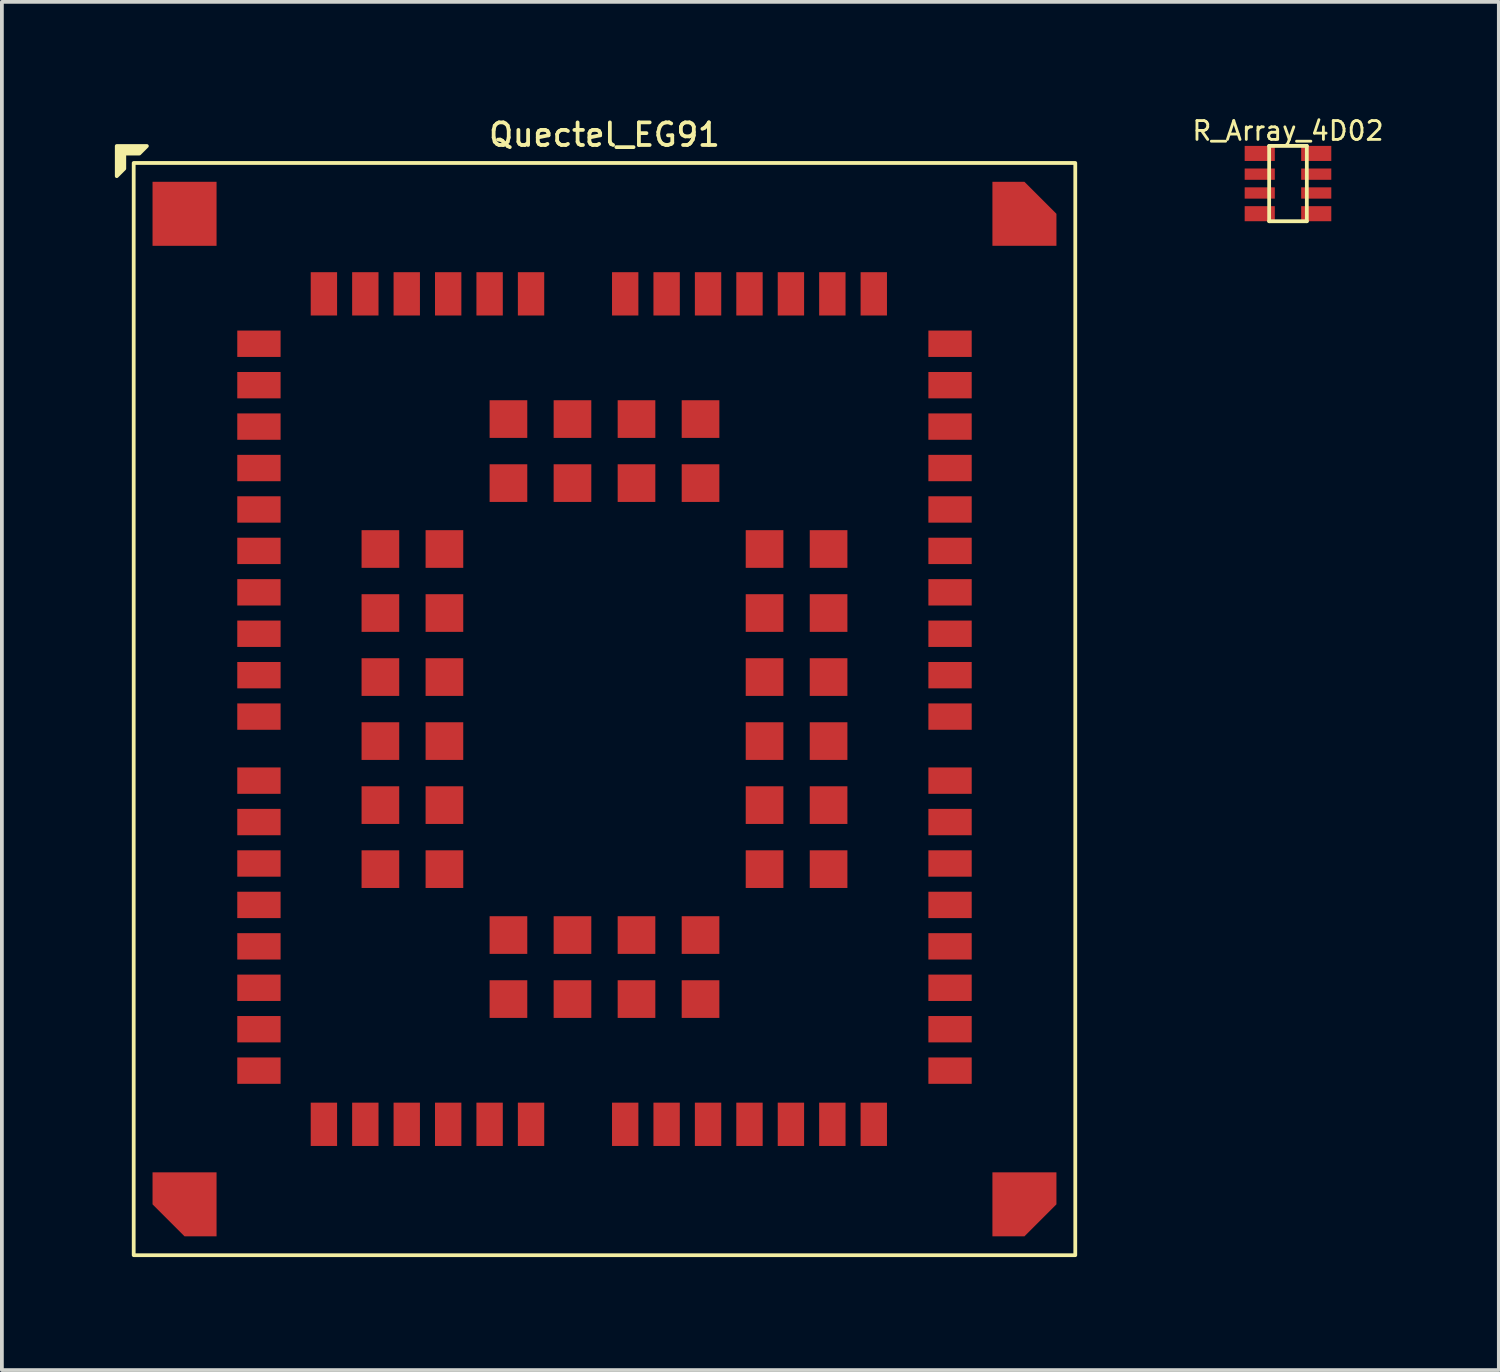
<source format=kicad_pcb>
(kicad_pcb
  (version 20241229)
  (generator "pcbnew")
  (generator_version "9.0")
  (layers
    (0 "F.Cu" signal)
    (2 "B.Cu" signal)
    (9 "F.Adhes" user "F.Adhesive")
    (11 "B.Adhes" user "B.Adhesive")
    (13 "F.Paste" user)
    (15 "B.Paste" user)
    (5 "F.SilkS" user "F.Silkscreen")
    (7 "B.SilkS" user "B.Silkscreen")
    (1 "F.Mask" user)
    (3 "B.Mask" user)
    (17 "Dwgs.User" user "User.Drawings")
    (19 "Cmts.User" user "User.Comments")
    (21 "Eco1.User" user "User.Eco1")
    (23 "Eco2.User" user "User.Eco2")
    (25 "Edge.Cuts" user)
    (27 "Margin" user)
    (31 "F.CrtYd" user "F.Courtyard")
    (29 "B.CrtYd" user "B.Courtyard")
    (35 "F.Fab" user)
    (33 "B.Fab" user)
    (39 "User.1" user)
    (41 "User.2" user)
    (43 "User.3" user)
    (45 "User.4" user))
  (footprint "R_Array_4D02"
    (layer "F.Cu")
    (at 31.148 1.824)
    (property "Reference" "R_Array_4D02" (at 0 -1.4 0) (layer "F.SilkS") (effects (font (size 0.5 0.5) (thickness 0.075))))
    (attr smd)
    (fp_line (start -0.5 -1) (end -0.5 1) (stroke (width 0.1) (type solid)) (layer "F.SilkS"))
    (fp_line (start -0.5 1) (end 0.5 1) (stroke (width 0.1) (type solid)) (layer "F.SilkS"))
    (fp_line (start 0.5 -1) (end -0.5 -1) (stroke (width 0.1) (type solid)) (layer "F.SilkS"))
    (fp_line (start 0.5 1) (end 0.5 -1) (stroke (width 0.1) (type solid)) (layer "F.SilkS"))
    (pad "1" smd rect (at -0.75 -0.8) (size 0.8 0.4) (layers "F.Cu" "F.Mask" "F.Paste"))
    (pad "2" smd rect (at -0.75 -0.25) (size 0.8 0.3) (layers "F.Cu" "F.Mask" "F.Paste"))
    (pad "3" smd rect (at -0.75 0.25) (size 0.8 0.3) (layers "F.Cu" "F.Mask" "F.Paste"))
    (pad "4" smd rect (at -0.75 0.8) (size 0.8 0.4) (layers "F.Cu" "F.Mask" "F.Paste"))
    (pad "5" smd rect (at 0.75 0.8) (size 0.8 0.4) (layers "F.Cu" "F.Mask" "F.Paste"))
    (pad "6" smd rect (at 0.75 0.25) (size 0.8 0.3) (layers "F.Cu" "F.Mask" "F.Paste"))
    (pad "7" smd rect (at 0.75 -0.25) (size 0.8 0.3) (layers "F.Cu" "F.Mask" "F.Paste"))
    (pad "8" smd rect (at 0.75 -0.8) (size 0.8 0.4) (layers "F.Cu" "F.Mask" "F.Paste")))
  (footprint "Quectel_EG91"
    (layer "F.Cu")
    (at 13 15.777)
    (property "Reference" "Quectel_EG91" (at 0 -15.25 0) (unlocked yes) (layer "F.SilkS") (effects (font (size 0.6 0.6) (thickness 0.1))))
    (attr smd)
    (fp_rect (start 12.5 14.5) (end -12.5 -14.5) (stroke (width 0.1) (type solid)) (fill no) (layer "F.SilkS"))
    (fp_poly (pts (xy -12.35 -14.75) (xy -12.75 -14.75) (xy -12.75 -14.35) (xy -12.95 -14.15) (xy -12.95 -14.95) (xy -12.15 -14.95)) (stroke (width 0.1) (type solid)) (fill yes) (layer "F.SilkS"))
    (pad "1" smd rect (at -9.175 -9.7) (size 1.15 0.7) (layers "F.Cu" "F.Mask" "F.Paste"))
    (pad "2" smd rect (at -9.175 -8.6) (size 1.15 0.7) (layers "F.Cu" "F.Mask" "F.Paste"))
    (pad "3" smd rect (at -9.175 -7.5) (size 1.15 0.7) (layers "F.Cu" "F.Mask" "F.Paste"))
    (pad "4" smd rect (at -9.175 -6.4) (size 1.15 0.7) (layers "F.Cu" "F.Mask" "F.Paste"))
    (pad "5" smd rect (at -9.175 -5.3) (size 1.15 0.7) (layers "F.Cu" "F.Mask" "F.Paste"))
    (pad "6" smd rect (at -9.175 -4.2) (size 1.15 0.7) (layers "F.Cu" "F.Mask" "F.Paste"))
    (pad "7" smd rect (at -9.175 -3.1) (size 1.15 0.7) (layers "F.Cu" "F.Mask" "F.Paste"))
    (pad "8" smd rect (at -9.175 -2) (size 1.15 0.7) (layers "F.Cu" "F.Mask" "F.Paste"))
    (pad "9" smd rect (at -9.175 -0.9) (size 1.15 0.7) (layers "F.Cu" "F.Mask" "F.Paste"))
    (pad "10" smd rect (at -9.175 0.2) (size 1.15 0.7) (layers "F.Cu" "F.Mask" "F.Paste"))
    (pad "11" smd rect (at -9.175 1.9) (size 1.15 0.7) (layers "F.Cu" "F.Mask" "F.Paste"))
    (pad "12" smd rect (at -9.175 3) (size 1.15 0.7) (layers "F.Cu" "F.Mask" "F.Paste"))
    (pad "13" smd rect (at -9.175 4.1) (size 1.15 0.7) (layers "F.Cu" "F.Mask" "F.Paste"))
    (pad "14" smd rect (at -9.175 5.2) (size 1.15 0.7) (layers "F.Cu" "F.Mask" "F.Paste"))
    (pad "15" smd rect (at -9.175 6.3) (size 1.15 0.7) (layers "F.Cu" "F.Mask" "F.Paste"))
    (pad "16" smd rect (at -9.175 7.4) (size 1.15 0.7) (layers "F.Cu" "F.Mask" "F.Paste"))
    (pad "17" smd rect (at -9.175 8.5) (size 1.15 0.7) (layers "F.Cu" "F.Mask" "F.Paste"))
    (pad "18" smd rect (at -9.175 9.6) (size 1.15 0.7) (layers "F.Cu" "F.Mask" "F.Paste"))
    (pad "19" smd rect (at -7.45 11.025 90) (size 1.15 0.7) (layers "F.Cu" "F.Mask" "F.Paste"))
    (pad "20" smd rect (at -6.35 11.025 90) (size 1.15 0.7) (layers "F.Cu" "F.Mask" "F.Paste"))
    (pad "21" smd rect (at -5.25 11.025 90) (size 1.15 0.7) (layers "F.Cu" "F.Mask" "F.Paste"))
    (pad "22" smd rect (at -4.15 11.025 90) (size 1.15 0.7) (layers "F.Cu" "F.Mask" "F.Paste"))
    (pad "23" smd rect (at -3.05 11.025 90) (size 1.15 0.7) (layers "F.Cu" "F.Mask" "F.Paste"))
    (pad "24" smd rect (at -1.95 11.025 90) (size 1.15 0.7) (layers "F.Cu" "F.Mask" "F.Paste"))
    (pad "25" smd rect (at 0.55 11.025 90) (size 1.15 0.7) (layers "F.Cu" "F.Mask" "F.Paste"))
    (pad "26" smd rect (at 1.65 11.025 90) (size 1.15 0.7) (layers "F.Cu" "F.Mask" "F.Paste"))
    (pad "27" smd rect (at 2.75 11.025 90) (size 1.15 0.7) (layers "F.Cu" "F.Mask" "F.Paste"))
    (pad "28" smd rect (at 3.85 11.025 90) (size 1.15 0.7) (layers "F.Cu" "F.Mask" "F.Paste"))
    (pad "29" smd rect (at 4.95 11.025 90) (size 1.15 0.7) (layers "F.Cu" "F.Mask" "F.Paste"))
    (pad "30" smd rect (at 6.05 11.025 90) (size 1.15 0.7) (layers "F.Cu" "F.Mask" "F.Paste"))
    (pad "31" smd rect (at 7.15 11.025 90) (size 1.15 0.7) (layers "F.Cu" "F.Mask" "F.Paste"))
    (pad "32" smd rect (at 9.175 9.6) (size 1.15 0.7) (layers "F.Cu" "F.Mask" "F.Paste"))
    (pad "33" smd rect (at 9.175 8.5) (size 1.15 0.7) (layers "F.Cu" "F.Mask" "F.Paste"))
    (pad "34" smd rect (at 9.175 7.4) (size 1.15 0.7) (layers "F.Cu" "F.Mask" "F.Paste"))
    (pad "35" smd rect (at 9.175 6.3) (size 1.15 0.7) (layers "F.Cu" "F.Mask" "F.Paste"))
    (pad "36" smd rect (at 9.175 5.2) (size 1.15 0.7) (layers "F.Cu" "F.Mask" "F.Paste"))
    (pad "37" smd rect (at 9.175 4.1) (size 1.15 0.7) (layers "F.Cu" "F.Mask" "F.Paste"))
    (pad "38" smd rect (at 9.175 3) (size 1.15 0.7) (layers "F.Cu" "F.Mask" "F.Paste"))
    (pad "39" smd rect (at 9.175 1.9) (size 1.15 0.7) (layers "F.Cu" "F.Mask" "F.Paste"))
    (pad "40" smd rect (at 9.175 0.2) (size 1.15 0.7) (layers "F.Cu" "F.Mask" "F.Paste"))
    (pad "41" smd rect (at 9.175 -0.9) (size 1.15 0.7) (layers "F.Cu" "F.Mask" "F.Paste"))
    (pad "42" smd rect (at 9.175 -2) (size 1.15 0.7) (layers "F.Cu" "F.Mask" "F.Paste"))
    (pad "43" smd rect (at 9.175 -3.1) (size 1.15 0.7) (layers "F.Cu" "F.Mask" "F.Paste"))
    (pad "44" smd rect (at 9.175 -4.2) (size 1.15 0.7) (layers "F.Cu" "F.Mask" "F.Paste"))
    (pad "45" smd rect (at 9.175 -5.3) (size 1.15 0.7) (layers "F.Cu" "F.Mask" "F.Paste"))
    (pad "46" smd rect (at 9.175 -6.4) (size 1.15 0.7) (layers "F.Cu" "F.Mask" "F.Paste"))
    (pad "47" smd rect (at 9.175 -7.5) (size 1.15 0.7) (layers "F.Cu" "F.Mask" "F.Paste"))
    (pad "48" smd rect (at 9.175 -8.6) (size 1.15 0.7) (layers "F.Cu" "F.Mask" "F.Paste"))
    (pad "49" smd rect (at 9.175 -9.7) (size 1.15 0.7) (layers "F.Cu" "F.Mask" "F.Paste"))
    (pad "50" smd rect (at 7.15 -11.025 90) (size 1.15 0.7) (layers "F.Cu" "F.Mask" "F.Paste"))
    (pad "51" smd rect (at 6.05 -11.025 90) (size 1.15 0.7) (layers "F.Cu" "F.Mask" "F.Paste"))
    (pad "52" smd rect (at 4.95 -11.025 90) (size 1.15 0.7) (layers "F.Cu" "F.Mask" "F.Paste"))
    (pad "53" smd rect (at 3.85 -11.025 90) (size 1.15 0.7) (layers "F.Cu" "F.Mask" "F.Paste"))
    (pad "54" smd rect (at 2.75 -11.025 90) (size 1.15 0.7) (layers "F.Cu" "F.Mask" "F.Paste"))
    (pad "55" smd rect (at 1.65 -11.025 90) (size 1.15 0.7) (layers "F.Cu" "F.Mask" "F.Paste"))
    (pad "56" smd rect (at 0.55 -11.025 90) (size 1.15 0.7) (layers "F.Cu" "F.Mask" "F.Paste"))
    (pad "57" smd rect (at -1.95 -11.025 90) (size 1.15 0.7) (layers "F.Cu" "F.Mask" "F.Paste"))
    (pad "58" smd rect (at -3.05 -11.025 90) (size 1.15 0.7) (layers "F.Cu" "F.Mask" "F.Paste"))
    (pad "59" smd rect (at -4.15 -11.025 90) (size 1.15 0.7) (layers "F.Cu" "F.Mask" "F.Paste"))
    (pad "60" smd rect (at -5.25 -11.025 90) (size 1.15 0.7) (layers "F.Cu" "F.Mask" "F.Paste"))
    (pad "61" smd rect (at -6.35 -11.025 90) (size 1.15 0.7) (layers "F.Cu" "F.Mask" "F.Paste"))
    (pad "62" smd rect (at -7.45 -11.025 90) (size 1.15 0.7) (layers "F.Cu" "F.Mask" "F.Paste"))
    (pad "63" smd rect (at -5.95 -4.25 90) (size 1 1) (layers "F.Cu" "F.Mask" "F.Paste"))
    (pad "64" smd rect (at -5.95 -2.55 90) (size 1 1) (layers "F.Cu" "F.Mask" "F.Paste"))
    (pad "65" smd rect (at -5.95 -0.85 90) (size 1 1) (layers "F.Cu" "F.Mask" "F.Paste"))
    (pad "66" smd rect (at -5.95 0.85 90) (size 1 1) (layers "F.Cu" "F.Mask" "F.Paste"))
    (pad "67" smd rect (at -5.95 2.55 90) (size 1 1) (layers "F.Cu" "F.Mask" "F.Paste"))
    (pad "68" smd rect (at -5.95 4.25 90) (size 1 1) (layers "F.Cu" "F.Mask" "F.Paste"))
    (pad "69" smd rect (at -2.55 7.7 90) (size 1 1) (layers "F.Cu" "F.Mask" "F.Paste"))
    (pad "70" smd rect (at -0.85 7.7 90) (size 1 1) (layers "F.Cu" "F.Mask" "F.Paste"))
    (pad "71" smd rect (at 0.85 7.7 90) (size 1 1) (layers "F.Cu" "F.Mask" "F.Paste"))
    (pad "72" smd rect (at 2.55 7.7 90) (size 1 1) (layers "F.Cu" "F.Mask" "F.Paste"))
    (pad "73" smd rect (at 5.95 4.25 90) (size 1 1) (layers "F.Cu" "F.Mask" "F.Paste"))
    (pad "74" smd rect (at 5.95 2.55 90) (size 1 1) (layers "F.Cu" "F.Mask" "F.Paste"))
    (pad "75" smd rect (at 5.95 0.85 90) (size 1 1) (layers "F.Cu" "F.Mask" "F.Paste"))
    (pad "76" smd rect (at 5.95 -0.85 90) (size 1 1) (layers "F.Cu" "F.Mask" "F.Paste"))
    (pad "77" smd rect (at 5.95 -2.55 90) (size 1 1) (layers "F.Cu" "F.Mask" "F.Paste"))
    (pad "78" smd rect (at 5.95 -4.25 90) (size 1 1) (layers "F.Cu" "F.Mask" "F.Paste"))
    (pad "79" smd rect (at 2.55 -7.7 90) (size 1 1) (layers "F.Cu" "F.Mask" "F.Paste"))
    (pad "80" smd rect (at 0.85 -7.7 90) (size 1 1) (layers "F.Cu" "F.Mask" "F.Paste"))
    (pad "81" smd rect (at -0.85 -7.7 90) (size 1 1) (layers "F.Cu" "F.Mask" "F.Paste"))
    (pad "82" smd rect (at -2.55 -7.7 90) (size 1 1) (layers "F.Cu" "F.Mask" "F.Paste"))
    (pad "83" smd rect (at -4.25 -4.25 90) (size 1 1) (layers "F.Cu" "F.Mask" "F.Paste"))
    (pad "84" smd rect (at -4.25 -2.55 90) (size 1 1) (layers "F.Cu" "F.Mask" "F.Paste"))
    (pad "85" smd rect (at -4.25 -0.85 90) (size 1 1) (layers "F.Cu" "F.Mask" "F.Paste"))
    (pad "86" smd rect (at -4.25 0.85 90) (size 1 1) (layers "F.Cu" "F.Mask" "F.Paste"))
    (pad "87" smd rect (at -4.25 2.55 90) (size 1 1) (layers "F.Cu" "F.Mask" "F.Paste"))
    (pad "88" smd rect (at -4.25 4.25 90) (size 1 1) (layers "F.Cu" "F.Mask" "F.Paste"))
    (pad "89" smd rect (at -2.55 6 90) (size 1 1) (layers "F.Cu" "F.Mask" "F.Paste"))
    (pad "90" smd rect (at -0.85 6 90) (size 1 1) (layers "F.Cu" "F.Mask" "F.Paste"))
    (pad "91" smd rect (at 0.85 6 90) (size 1 1) (layers "F.Cu" "F.Mask" "F.Paste"))
    (pad "92" smd rect (at 2.55 6 90) (size 1 1) (layers "F.Cu" "F.Mask" "F.Paste"))
    (pad "93" smd rect (at 4.25 4.25 90) (size 1 1) (layers "F.Cu" "F.Mask" "F.Paste"))
    (pad "94" smd rect (at 4.25 2.55 90) (size 1 1) (layers "F.Cu" "F.Mask" "F.Paste"))
    (pad "95" smd rect (at 4.25 0.85 90) (size 1 1) (layers "F.Cu" "F.Mask" "F.Paste"))
    (pad "96" smd rect (at 4.25 -0.85 90) (size 1 1) (layers "F.Cu" "F.Mask" "F.Paste"))
    (pad "97" smd rect (at 4.25 -2.55 90) (size 1 1) (layers "F.Cu" "F.Mask" "F.Paste"))
    (pad "98" smd rect (at 4.25 -4.25 90) (size 1 1) (layers "F.Cu" "F.Mask" "F.Paste"))
    (pad "99" smd rect (at 2.55 -6 90) (size 1 1) (layers "F.Cu" "F.Mask" "F.Paste"))
    (pad "100" smd rect (at 0.85 -6 90) (size 1 1) (layers "F.Cu" "F.Mask" "F.Paste"))
    (pad "101" smd rect (at -0.85 -6 90) (size 1 1) (layers "F.Cu" "F.Mask" "F.Paste"))
    (pad "102" smd rect (at -2.55 -6 90) (size 1 1) (layers "F.Cu" "F.Mask" "F.Paste"))
    (pad "103" smd rect (at -11.15 -13.15) (size 1.7 1.7) (layers "F.Cu" "F.Mask" "F.Paste"))
    (pad "104" smd roundrect (at -11.15 13.15) (size 1.7 1.7) (layers "F.Cu" "F.Mask" "F.Paste") (roundrect_rratio 0) (chamfer_ratio 0.5) (chamfer bottom_left))
    (pad "105" smd roundrect (at 11.15 13.15) (size 1.7 1.7) (layers "F.Cu" "F.Mask" "F.Paste") (roundrect_rratio 0) (chamfer_ratio 0.5) (chamfer bottom_right))
    (pad "106" smd roundrect (at 11.15 -13.15) (size 1.7 1.7) (layers "F.Cu" "F.Mask" "F.Paste") (roundrect_rratio 0) (chamfer_ratio 0.5) (chamfer top_right)))
  (gr_rect
    (start -3 -3)
    (end 36.746 33.327)
    (stroke (width 0.1) (type default))
    (fill no)
    (layer "Edge.Cuts")))
</source>
